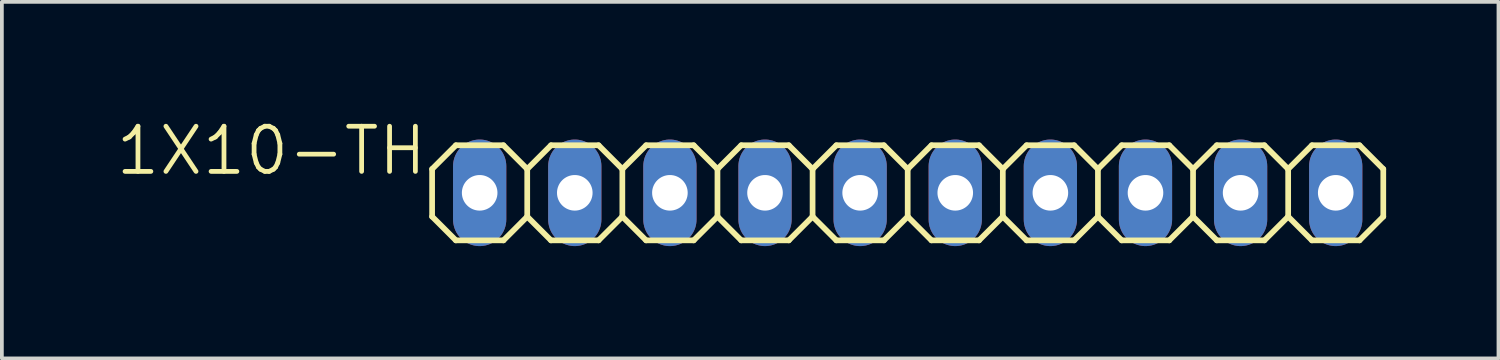
<source format=kicad_pcb>
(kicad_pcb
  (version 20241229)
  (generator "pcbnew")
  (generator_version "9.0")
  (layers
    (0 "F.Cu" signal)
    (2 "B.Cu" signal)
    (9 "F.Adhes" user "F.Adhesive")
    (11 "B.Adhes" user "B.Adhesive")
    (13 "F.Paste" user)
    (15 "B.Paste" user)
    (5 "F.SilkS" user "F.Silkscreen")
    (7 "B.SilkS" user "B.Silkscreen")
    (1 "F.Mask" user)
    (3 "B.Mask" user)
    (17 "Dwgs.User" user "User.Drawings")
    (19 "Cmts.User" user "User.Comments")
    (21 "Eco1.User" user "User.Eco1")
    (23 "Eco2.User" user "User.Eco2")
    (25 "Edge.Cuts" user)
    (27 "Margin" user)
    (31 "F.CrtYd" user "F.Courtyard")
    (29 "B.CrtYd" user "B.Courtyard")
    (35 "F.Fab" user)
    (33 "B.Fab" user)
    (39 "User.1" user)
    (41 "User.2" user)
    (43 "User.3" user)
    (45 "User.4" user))
  (footprint "1X10-TH"
    (layer "F.Cu")
    (at 21.189 2.099)
    (property "Reference" "1X10-TH" (at -12.776 -1.829 0) (layer "F.SilkS") (effects (font (size 1.206 1.206) (thickness 0.127)) (justify right top)))
    (attr through_hole)
    (fp_line (start -12.7 -0.635) (end -12.7 0.635) (stroke (width 0.152) (type solid)) (layer "F.SilkS"))
    (fp_line (start -12.7 0.635) (end -12.065 1.27) (stroke (width 0.152) (type solid)) (layer "F.SilkS"))
    (fp_line (start -12.065 -1.27) (end -12.7 -0.635) (stroke (width 0.152) (type solid)) (layer "F.SilkS"))
    (fp_line (start -12.065 -1.27) (end -10.795 -1.27) (stroke (width 0.152) (type solid)) (layer "F.SilkS"))
    (fp_line (start -10.795 -1.27) (end -10.16 -0.635) (stroke (width 0.152) (type solid)) (layer "F.SilkS"))
    (fp_line (start -10.795 1.27) (end -12.065 1.27) (stroke (width 0.152) (type solid)) (layer "F.SilkS"))
    (fp_line (start -10.16 -0.635) (end -10.16 0.635) (stroke (width 0.152) (type solid)) (layer "F.SilkS"))
    (fp_line (start -10.16 -0.635) (end -9.525 -1.27) (stroke (width 0.152) (type solid)) (layer "F.SilkS"))
    (fp_line (start -10.16 0.635) (end -10.795 1.27) (stroke (width 0.152) (type solid)) (layer "F.SilkS"))
    (fp_line (start -9.525 -1.27) (end -8.255 -1.27) (stroke (width 0.152) (type solid)) (layer "F.SilkS"))
    (fp_line (start -9.525 1.27) (end -10.16 0.635) (stroke (width 0.152) (type solid)) (layer "F.SilkS"))
    (fp_line (start -8.255 -1.27) (end -7.62 -0.635) (stroke (width 0.152) (type solid)) (layer "F.SilkS"))
    (fp_line (start -8.255 1.27) (end -9.525 1.27) (stroke (width 0.152) (type solid)) (layer "F.SilkS"))
    (fp_line (start -7.62 -0.635) (end -7.62 0.635) (stroke (width 0.152) (type solid)) (layer "F.SilkS"))
    (fp_line (start -7.62 -0.635) (end -6.985 -1.27) (stroke (width 0.152) (type solid)) (layer "F.SilkS"))
    (fp_line (start -7.62 0.635) (end -8.255 1.27) (stroke (width 0.152) (type solid)) (layer "F.SilkS"))
    (fp_line (start -6.985 -1.27) (end -5.715 -1.27) (stroke (width 0.152) (type solid)) (layer "F.SilkS"))
    (fp_line (start -6.985 1.27) (end -7.62 0.635) (stroke (width 0.152) (type solid)) (layer "F.SilkS"))
    (fp_line (start -5.715 -1.27) (end -5.08 -0.635) (stroke (width 0.152) (type solid)) (layer "F.SilkS"))
    (fp_line (start -5.715 1.27) (end -6.985 1.27) (stroke (width 0.152) (type solid)) (layer "F.SilkS"))
    (fp_line (start -5.08 -0.635) (end -5.08 0.635) (stroke (width 0.152) (type solid)) (layer "F.SilkS"))
    (fp_line (start -5.08 0.635) (end -5.715 1.27) (stroke (width 0.152) (type solid)) (layer "F.SilkS"))
    (fp_line (start -5.08 0.635) (end -4.445 1.27) (stroke (width 0.152) (type solid)) (layer "F.SilkS"))
    (fp_line (start -4.445 -1.27) (end -5.08 -0.635) (stroke (width 0.152) (type solid)) (layer "F.SilkS"))
    (fp_line (start -4.445 -1.27) (end -3.175 -1.27) (stroke (width 0.152) (type solid)) (layer "F.SilkS"))
    (fp_line (start -3.175 -1.27) (end -2.54 -0.635) (stroke (width 0.152) (type solid)) (layer "F.SilkS"))
    (fp_line (start -3.175 1.27) (end -4.445 1.27) (stroke (width 0.152) (type solid)) (layer "F.SilkS"))
    (fp_line (start -2.54 -0.635) (end -2.54 0.635) (stroke (width 0.152) (type solid)) (layer "F.SilkS"))
    (fp_line (start -2.54 -0.635) (end -1.905 -1.27) (stroke (width 0.152) (type solid)) (layer "F.SilkS"))
    (fp_line (start -2.54 0.635) (end -3.175 1.27) (stroke (width 0.152) (type solid)) (layer "F.SilkS"))
    (fp_line (start -1.905 -1.27) (end -0.635 -1.27) (stroke (width 0.152) (type solid)) (layer "F.SilkS"))
    (fp_line (start -1.905 1.27) (end -2.54 0.635) (stroke (width 0.152) (type solid)) (layer "F.SilkS"))
    (fp_line (start -0.635 -1.27) (end 0 -0.635) (stroke (width 0.152) (type solid)) (layer "F.SilkS"))
    (fp_line (start -0.635 1.27) (end -1.905 1.27) (stroke (width 0.152) (type solid)) (layer "F.SilkS"))
    (fp_line (start 0 -0.635) (end 0 0.635) (stroke (width 0.152) (type solid)) (layer "F.SilkS"))
    (fp_line (start 0 -0.635) (end 0.635 -1.27) (stroke (width 0.152) (type solid)) (layer "F.SilkS"))
    (fp_line (start 0 0.635) (end -0.635 1.27) (stroke (width 0.152) (type solid)) (layer "F.SilkS"))
    (fp_line (start 0.635 -1.27) (end 1.905 -1.27) (stroke (width 0.152) (type solid)) (layer "F.SilkS"))
    (fp_line (start 0.635 1.27) (end 0 0.635) (stroke (width 0.152) (type solid)) (layer "F.SilkS"))
    (fp_line (start 1.905 -1.27) (end 2.54 -0.635) (stroke (width 0.152) (type solid)) (layer "F.SilkS"))
    (fp_line (start 1.905 1.27) (end 0.635 1.27) (stroke (width 0.152) (type solid)) (layer "F.SilkS"))
    (fp_line (start 2.54 -0.635) (end 2.54 0.635) (stroke (width 0.152) (type solid)) (layer "F.SilkS"))
    (fp_line (start 2.54 0.635) (end 1.905 1.27) (stroke (width 0.152) (type solid)) (layer "F.SilkS"))
    (fp_line (start 2.54 0.635) (end 3.175 1.27) (stroke (width 0.152) (type solid)) (layer "F.SilkS"))
    (fp_line (start 3.175 -1.27) (end 2.54 -0.635) (stroke (width 0.152) (type solid)) (layer "F.SilkS"))
    (fp_line (start 3.175 -1.27) (end 4.445 -1.27) (stroke (width 0.152) (type solid)) (layer "F.SilkS"))
    (fp_line (start 4.445 -1.27) (end 5.08 -0.635) (stroke (width 0.152) (type solid)) (layer "F.SilkS"))
    (fp_line (start 4.445 1.27) (end 3.175 1.27) (stroke (width 0.152) (type solid)) (layer "F.SilkS"))
    (fp_line (start 5.08 -0.635) (end 5.08 0.635) (stroke (width 0.152) (type solid)) (layer "F.SilkS"))
    (fp_line (start 5.08 -0.635) (end 5.715 -1.27) (stroke (width 0.152) (type solid)) (layer "F.SilkS"))
    (fp_line (start 5.08 0.635) (end 4.445 1.27) (stroke (width 0.152) (type solid)) (layer "F.SilkS"))
    (fp_line (start 5.715 -1.27) (end 6.985 -1.27) (stroke (width 0.152) (type solid)) (layer "F.SilkS"))
    (fp_line (start 5.715 1.27) (end 5.08 0.635) (stroke (width 0.152) (type solid)) (layer "F.SilkS"))
    (fp_line (start 6.985 -1.27) (end 7.62 -0.635) (stroke (width 0.152) (type solid)) (layer "F.SilkS"))
    (fp_line (start 6.985 1.27) (end 5.715 1.27) (stroke (width 0.152) (type solid)) (layer "F.SilkS"))
    (fp_line (start 7.62 -0.635) (end 7.62 0.635) (stroke (width 0.152) (type solid)) (layer "F.SilkS"))
    (fp_line (start 7.62 -0.635) (end 8.255 -1.27) (stroke (width 0.152) (type solid)) (layer "F.SilkS"))
    (fp_line (start 7.62 0.635) (end 6.985 1.27) (stroke (width 0.152) (type solid)) (layer "F.SilkS"))
    (fp_line (start 8.255 -1.27) (end 9.525 -1.27) (stroke (width 0.152) (type solid)) (layer "F.SilkS"))
    (fp_line (start 8.255 1.27) (end 7.62 0.635) (stroke (width 0.152) (type solid)) (layer "F.SilkS"))
    (fp_line (start 9.525 -1.27) (end 10.16 -0.635) (stroke (width 0.152) (type solid)) (layer "F.SilkS"))
    (fp_line (start 9.525 1.27) (end 8.255 1.27) (stroke (width 0.152) (type solid)) (layer "F.SilkS"))
    (fp_line (start 10.16 -0.635) (end 10.16 0.635) (stroke (width 0.152) (type solid)) (layer "F.SilkS"))
    (fp_line (start 10.16 0.635) (end 9.525 1.27) (stroke (width 0.152) (type solid)) (layer "F.SilkS"))
    (fp_line (start 10.16 0.635) (end 10.795 1.27) (stroke (width 0.152) (type solid)) (layer "F.SilkS"))
    (fp_line (start 10.795 -1.27) (end 10.16 -0.635) (stroke (width 0.152) (type solid)) (layer "F.SilkS"))
    (fp_line (start 10.795 -1.27) (end 12.065 -1.27) (stroke (width 0.152) (type solid)) (layer "F.SilkS"))
    (fp_line (start 12.065 -1.27) (end 12.7 -0.635) (stroke (width 0.152) (type solid)) (layer "F.SilkS"))
    (fp_line (start 12.065 1.27) (end 10.795 1.27) (stroke (width 0.152) (type solid)) (layer "F.SilkS"))
    (fp_line (start 12.7 -0.635) (end 12.7 0.635) (stroke (width 0.152) (type solid)) (layer "F.SilkS"))
    (fp_line (start 12.7 0.635) (end 12.065 1.27) (stroke (width 0.152) (type solid)) (layer "F.SilkS"))
    (fp_poly (pts (xy -11.684 0.254) (xy -11.176 0.254) (xy -11.176 -0.254) (xy -11.684 -0.254)) (stroke (width 0.1) (type solid)) (fill no) (layer "F.Fab"))
    (fp_poly (pts (xy -9.144 0.254) (xy -8.636 0.254) (xy -8.636 -0.254) (xy -9.144 -0.254)) (stroke (width 0.1) (type solid)) (fill no) (layer "F.Fab"))
    (fp_poly (pts (xy -6.604 0.254) (xy -6.096 0.254) (xy -6.096 -0.254) (xy -6.604 -0.254)) (stroke (width 0.1) (type solid)) (fill no) (layer "F.Fab"))
    (fp_poly (pts (xy -4.064 0.254) (xy -3.556 0.254) (xy -3.556 -0.254) (xy -4.064 -0.254)) (stroke (width 0.1) (type solid)) (fill no) (layer "F.Fab"))
    (fp_poly (pts (xy -1.524 0.254) (xy -1.016 0.254) (xy -1.016 -0.254) (xy -1.524 -0.254)) (stroke (width 0.1) (type solid)) (fill no) (layer "F.Fab"))
    (fp_poly (pts (xy 1.016 0.254) (xy 1.524 0.254) (xy 1.524 -0.254) (xy 1.016 -0.254)) (stroke (width 0.1) (type solid)) (fill no) (layer "F.Fab"))
    (fp_poly (pts (xy 3.556 0.254) (xy 4.064 0.254) (xy 4.064 -0.254) (xy 3.556 -0.254)) (stroke (width 0.1) (type solid)) (fill no) (layer "F.Fab"))
    (fp_poly (pts (xy 6.096 0.254) (xy 6.604 0.254) (xy 6.604 -0.254) (xy 6.096 -0.254)) (stroke (width 0.1) (type solid)) (fill no) (layer "F.Fab"))
    (fp_poly (pts (xy 8.636 0.254) (xy 9.144 0.254) (xy 9.144 -0.254) (xy 8.636 -0.254)) (stroke (width 0.1) (type solid)) (fill no) (layer "F.Fab"))
    (fp_poly (pts (xy 11.176 0.254) (xy 11.684 0.254) (xy 11.684 -0.254) (xy 11.176 -0.254)) (stroke (width 0.1) (type solid)) (fill no) (layer "F.Fab"))
    (pad "1" thru_hole oval (at -11.43 0 90) (size 2.845 1.422) (drill 0.95) (layers "*.Cu" "*.Mask"))
    (pad "2" thru_hole oval (at -8.89 0 90) (size 2.845 1.422) (drill 0.95) (layers "*.Cu" "*.Mask"))
    (pad "3" thru_hole oval (at -6.35 0 90) (size 2.845 1.422) (drill 0.95) (layers "*.Cu" "*.Mask"))
    (pad "4" thru_hole oval (at -3.81 0 90) (size 2.845 1.422) (drill 0.95) (layers "*.Cu" "*.Mask"))
    (pad "5" thru_hole oval (at -1.27 0 90) (size 2.845 1.422) (drill 0.95) (layers "*.Cu" "*.Mask"))
    (pad "6" thru_hole oval (at 1.27 0 90) (size 2.845 1.422) (drill 0.95) (layers "*.Cu" "*.Mask"))
    (pad "7" thru_hole oval (at 3.81 0 90) (size 2.845 1.422) (drill 0.95) (layers "*.Cu" "*.Mask"))
    (pad "8" thru_hole oval (at 6.35 0 90) (size 2.845 1.422) (drill 0.95) (layers "*.Cu" "*.Mask"))
    (pad "9" thru_hole oval (at 8.89 0 90) (size 2.845 1.422) (drill 0.95) (layers "*.Cu" "*.Mask"))
    (pad "10" thru_hole oval (at 11.43 0 90) (size 2.845 1.422) (drill 0.95) (layers "*.Cu" "*.Mask")))
  (gr_rect
    (start -3 -3)
    (end 36.965 6.521)
    (stroke (width 0.1) (type default))
    (fill no)
    (layer "Edge.Cuts")))
</source>
